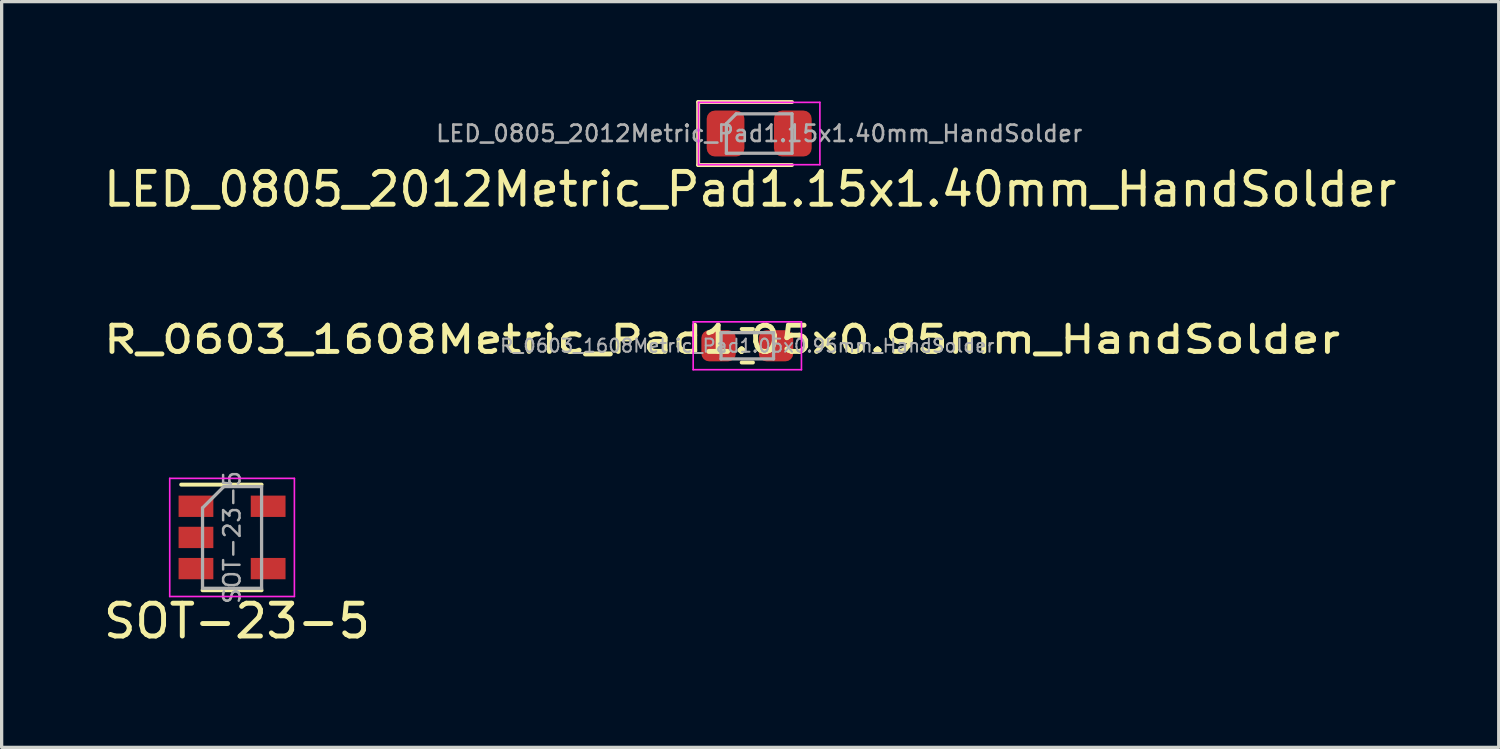
<source format=kicad_pcb>
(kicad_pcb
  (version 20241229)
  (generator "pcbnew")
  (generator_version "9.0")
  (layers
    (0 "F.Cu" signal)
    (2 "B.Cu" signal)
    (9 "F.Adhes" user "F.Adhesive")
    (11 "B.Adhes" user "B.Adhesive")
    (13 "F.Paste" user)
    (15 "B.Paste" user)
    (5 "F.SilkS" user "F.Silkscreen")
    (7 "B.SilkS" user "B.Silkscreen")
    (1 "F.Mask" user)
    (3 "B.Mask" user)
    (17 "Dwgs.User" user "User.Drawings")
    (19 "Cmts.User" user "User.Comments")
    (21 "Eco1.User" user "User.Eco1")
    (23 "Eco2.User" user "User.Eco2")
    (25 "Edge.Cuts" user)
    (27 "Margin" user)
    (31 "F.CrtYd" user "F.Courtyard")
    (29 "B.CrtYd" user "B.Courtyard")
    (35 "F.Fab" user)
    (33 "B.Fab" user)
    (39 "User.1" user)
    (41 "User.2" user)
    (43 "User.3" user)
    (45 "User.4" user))
  (footprint "LED_0805_2012Metric_Pad1.15x1.40mm_HandSolder"
    (layer "F.Cu")
    (at 20.09 1.02)
    (property "Reference" "LED_0805_2012Metric_Pad1.15x1.40mm_HandSolder" (at -0.275 1.7 0) (layer "F.SilkS") (effects (font (size 1 1) (thickness 0.15))))
    (attr smd)
    (fp_line (start -1.86 -0.96) (end -1.86 0.96) (stroke (width 0.12) (type solid)) (layer "F.SilkS"))
    (fp_line (start -1.86 0.96) (end 1 0.96) (stroke (width 0.12) (type solid)) (layer "F.SilkS"))
    (fp_line (start 1 -0.96) (end -1.86 -0.96) (stroke (width 0.12) (type solid)) (layer "F.SilkS"))
    (fp_line (start -1.85 -0.95) (end 1.85 -0.95) (stroke (width 0.05) (type solid)) (layer "F.CrtYd"))
    (fp_line (start -1.85 0.95) (end -1.85 -0.95) (stroke (width 0.05) (type solid)) (layer "F.CrtYd"))
    (fp_line (start 1.85 -0.95) (end 1.85 0.95) (stroke (width 0.05) (type solid)) (layer "F.CrtYd"))
    (fp_line (start 1.85 0.95) (end -1.85 0.95) (stroke (width 0.05) (type solid)) (layer "F.CrtYd"))
    (fp_line (start -1 -0.3) (end -1 0.6) (stroke (width 0.1) (type solid)) (layer "F.Fab"))
    (fp_line (start -1 0.6) (end 1 0.6) (stroke (width 0.1) (type solid)) (layer "F.Fab"))
    (fp_line (start -0.7 -0.6) (end -1 -0.3) (stroke (width 0.1) (type solid)) (layer "F.Fab"))
    (fp_line (start 1 -0.6) (end -0.7 -0.6) (stroke (width 0.1) (type solid)) (layer "F.Fab"))
    (fp_line (start 1 0.6) (end 1 -0.6) (stroke (width 0.1) (type solid)) (layer "F.Fab"))
    (fp_text user "${REFERENCE}" (at 0 0 0) (layer "F.Fab") (effects (font (size 0.5 0.5) (thickness 0.08))))
    (pad "1" smd roundrect (at -1.025 0) (size 1.15 1.4) (layers "F.Cu" "F.Mask" "F.Paste") (roundrect_rratio 0.217))
    (pad "2" smd roundrect (at 1.025 0) (size 1.15 1.4) (layers "F.Cu" "F.Mask" "F.Paste") (roundrect_rratio 0.217)))
  (footprint "R_0603_1608Metric_Pad1.05x0.95mm_HandSolder"
    (layer "F.Cu")
    (at 19.728 7.489)
    (property "Reference" "R_0603_1608Metric_Pad1.05x0.95mm_HandSolder" (at -0.77 -0.19 180) (layer "F.SilkS") (effects (font (size 0.8 1) (thickness 0.15))))
    (attr smd)
    (fp_line (start -0.171 -0.51) (end 0.171 -0.51) (stroke (width 0.12) (type solid)) (layer "F.SilkS"))
    (fp_line (start -0.171 0.51) (end 0.171 0.51) (stroke (width 0.12) (type solid)) (layer "F.SilkS"))
    (fp_line (start -1.65 -0.73) (end 1.65 -0.73) (stroke (width 0.05) (type solid)) (layer "F.CrtYd"))
    (fp_line (start -1.65 0.73) (end -1.65 -0.73) (stroke (width 0.05) (type solid)) (layer "F.CrtYd"))
    (fp_line (start 1.65 -0.73) (end 1.65 0.73) (stroke (width 0.05) (type solid)) (layer "F.CrtYd"))
    (fp_line (start 1.65 0.73) (end -1.65 0.73) (stroke (width 0.05) (type solid)) (layer "F.CrtYd"))
    (fp_line (start -0.8 -0.4) (end 0.8 -0.4) (stroke (width 0.1) (type solid)) (layer "F.Fab"))
    (fp_line (start -0.8 0.4) (end -0.8 -0.4) (stroke (width 0.1) (type solid)) (layer "F.Fab"))
    (fp_line (start 0.8 -0.4) (end 0.8 0.4) (stroke (width 0.1) (type solid)) (layer "F.Fab"))
    (fp_line (start 0.8 0.4) (end -0.8 0.4) (stroke (width 0.1) (type solid)) (layer "F.Fab"))
    (fp_text user "${REFERENCE}" (at 0 0 0) (layer "F.Fab") (effects (font (size 0.4 0.4) (thickness 0.06))))
    (pad "1" smd roundrect (at -0.875 0) (size 1.05 0.95) (layers "F.Cu" "F.Mask" "F.Paste") (roundrect_rratio 0.25))
    (pad "2" smd roundrect (at 0.875 0) (size 1.05 0.95) (layers "F.Cu" "F.Mask" "F.Paste") (roundrect_rratio 0.25)))
  (footprint "SOT-23-5"
    (layer "F.Cu")
    (at 4.023 13.331)
    (property "Reference" "SOT-23-5" (at 0.15 2.55 0) (layer "F.SilkS") (effects (font (size 1 1) (thickness 0.15))))
    (attr smd)
    (fp_line (start -0.9 1.61) (end 0.9 1.61) (stroke (width 0.12) (type solid)) (layer "F.SilkS"))
    (fp_line (start 0.9 -1.61) (end -1.55 -1.61) (stroke (width 0.12) (type solid)) (layer "F.SilkS"))
    (fp_line (start -1.9 -1.8) (end 1.9 -1.8) (stroke (width 0.05) (type solid)) (layer "F.CrtYd"))
    (fp_line (start -1.9 1.8) (end -1.9 -1.8) (stroke (width 0.05) (type solid)) (layer "F.CrtYd"))
    (fp_line (start 1.9 -1.8) (end 1.9 1.8) (stroke (width 0.05) (type solid)) (layer "F.CrtYd"))
    (fp_line (start 1.9 1.8) (end -1.9 1.8) (stroke (width 0.05) (type solid)) (layer "F.CrtYd"))
    (fp_line (start -0.9 -0.9) (end -0.9 1.55) (stroke (width 0.1) (type solid)) (layer "F.Fab"))
    (fp_line (start -0.9 -0.9) (end -0.25 -1.55) (stroke (width 0.1) (type solid)) (layer "F.Fab"))
    (fp_line (start 0.9 -1.55) (end -0.25 -1.55) (stroke (width 0.1) (type solid)) (layer "F.Fab"))
    (fp_line (start 0.9 -1.55) (end 0.9 1.55) (stroke (width 0.1) (type solid)) (layer "F.Fab"))
    (fp_line (start 0.9 1.55) (end -0.9 1.55) (stroke (width 0.1) (type solid)) (layer "F.Fab"))
    (fp_text user "${REFERENCE}" (at 0 0 90) (layer "F.Fab") (effects (font (size 0.5 0.5) (thickness 0.075))))
    (pad "1" smd rect (at -1.1 -0.95) (size 1.06 0.65) (layers "F.Cu" "F.Mask" "F.Paste"))
    (pad "2" smd rect (at -1.1 0) (size 1.06 0.65) (layers "F.Cu" "F.Mask" "F.Paste"))
    (pad "3" smd rect (at -1.1 0.95) (size 1.06 0.65) (layers "F.Cu" "F.Mask" "F.Paste"))
    (pad "4" smd rect (at 1.1 0.95) (size 1.06 0.65) (layers "F.Cu" "F.Mask" "F.Paste"))
    (pad "5" smd rect (at 1.1 -0.95) (size 1.06 0.65) (layers "F.Cu" "F.Mask" "F.Paste")))
  (gr_rect
    (start -3 -3)
    (end 42.631 19.729)
    (stroke (width 0.1) (type default))
    (fill no)
    (layer "Edge.Cuts")))
</source>
